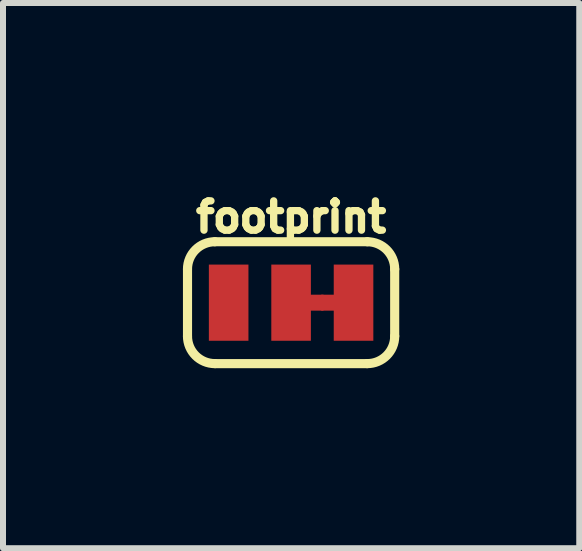
<source format=kicad_pcb>
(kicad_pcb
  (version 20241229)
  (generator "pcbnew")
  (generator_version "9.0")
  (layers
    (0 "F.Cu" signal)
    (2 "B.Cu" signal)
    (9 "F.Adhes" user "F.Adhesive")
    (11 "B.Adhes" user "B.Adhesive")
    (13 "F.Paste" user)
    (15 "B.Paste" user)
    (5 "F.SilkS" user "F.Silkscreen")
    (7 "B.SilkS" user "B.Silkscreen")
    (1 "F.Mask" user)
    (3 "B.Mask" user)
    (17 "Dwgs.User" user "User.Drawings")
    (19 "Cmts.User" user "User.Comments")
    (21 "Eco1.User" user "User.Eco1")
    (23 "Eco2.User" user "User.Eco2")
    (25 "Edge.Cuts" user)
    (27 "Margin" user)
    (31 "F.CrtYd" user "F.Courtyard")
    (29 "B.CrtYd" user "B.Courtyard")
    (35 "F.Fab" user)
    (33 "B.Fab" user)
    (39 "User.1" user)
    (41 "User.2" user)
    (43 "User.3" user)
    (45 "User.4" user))
  (footprint "footprint"
    (layer "F.Cu")
    (at 1.803 1.996)
    (property "Reference" "footprint" (at 0 -1.143 0) (layer "F.SilkS") (effects (font (size 0.488 0.488) (thickness 0.122)) (justify bottom)))
    (fp_poly (pts (xy 0.54 0.133) (xy -0.197 0.133) (xy -0.197 -0.133) (xy 0.54 -0.133)) (stroke (width 0) (type solid)) (fill yes) (layer "F.Cu"))
    (fp_poly (pts (xy 1.238 0.133) (xy 0.502 0.133) (xy 0.502 -0.133) (xy 1.238 -0.133)) (stroke (width 0) (type solid)) (fill yes) (layer "F.Cu"))
    (fp_poly (pts (xy 0.762 0.191) (xy 0.254 0.191) (xy 0.254 -0.191) (xy 0.762 -0.191)) (stroke (width 0) (type solid)) (fill yes) (layer "F.Mask"))
    (fp_line (start -1.727 0.559) (end -1.727 -0.559) (stroke (width 0.152) (type solid)) (layer "F.SilkS"))
    (fp_line (start -1.27 -1.016) (end 1.27 -1.016) (stroke (width 0.152) (type solid)) (layer "F.SilkS"))
    (fp_line (start 1.27 1.016) (end -1.27 1.016) (stroke (width 0.152) (type solid)) (layer "F.SilkS"))
    (fp_line (start 1.727 0.559) (end 1.727 -0.559) (stroke (width 0.152) (type solid)) (layer "F.SilkS"))
    (fp_arc (start -1.7272 -0.5588) (mid -1.593289 -0.882089) (end -1.27 -1.016) (stroke (width 0.1524) (type solid)) (layer "F.SilkS"))
    (fp_arc (start -1.27 1.016) (mid -1.593289 0.882089) (end -1.7272 0.5588) (stroke (width 0.1524) (type solid)) (layer "F.SilkS"))
    (fp_arc (start 1.27 -1.016) (mid 1.593289 -0.882089) (end 1.7272 -0.5588) (stroke (width 0.1524) (type solid)) (layer "F.SilkS"))
    (fp_arc (start 1.7272 0.5588) (mid 1.593289 0.882089) (end 1.27 1.016) (stroke (width 0.1524) (type solid)) (layer "F.SilkS"))
    (pad "1" smd rect (at -1.041 0) (size 0.66 1.27) (layers "F.Cu" "F.Mask"))
    (pad "2" smd rect (at 0 0) (size 0.66 1.27) (layers "F.Cu" "F.Mask"))
    (pad "3" smd rect (at 1.041 0) (size 0.66 1.27) (layers "F.Cu" "F.Mask")))
  (gr_rect
    (start -3 -3)
    (end 6.607 6.089)
    (stroke (width 0.1) (type default))
    (fill no)
    (layer "Edge.Cuts")))
</source>
